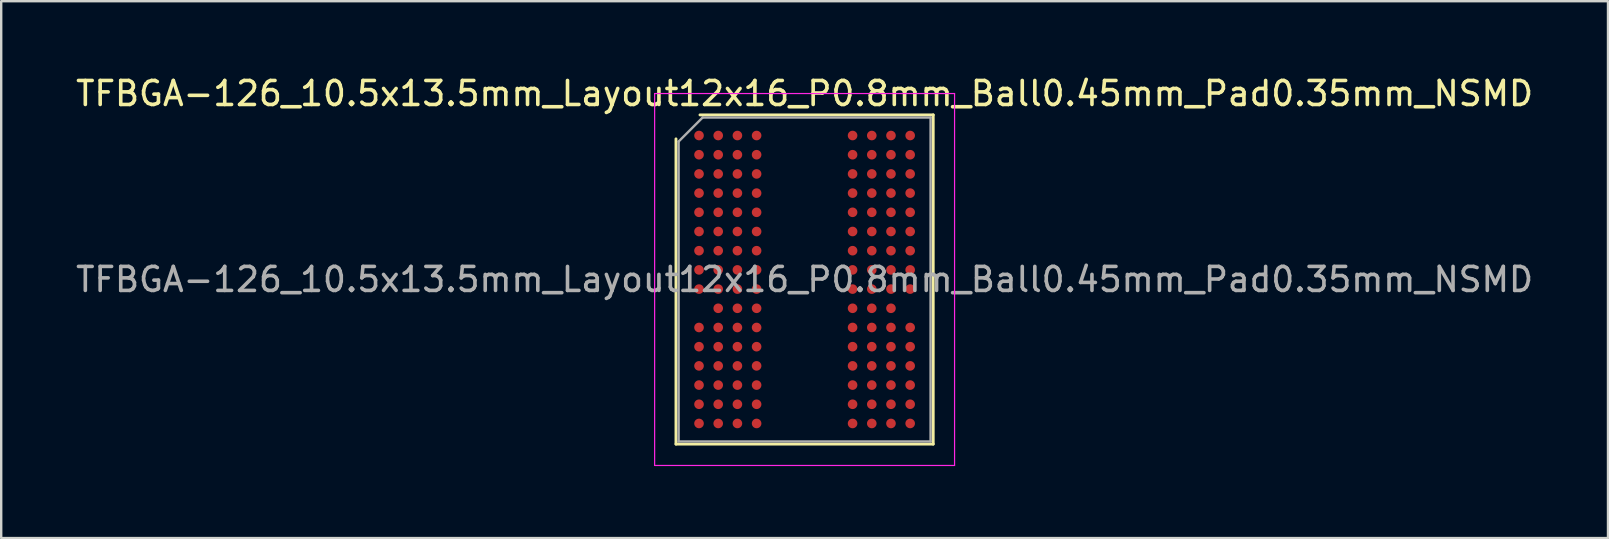
<source format=kicad_pcb>
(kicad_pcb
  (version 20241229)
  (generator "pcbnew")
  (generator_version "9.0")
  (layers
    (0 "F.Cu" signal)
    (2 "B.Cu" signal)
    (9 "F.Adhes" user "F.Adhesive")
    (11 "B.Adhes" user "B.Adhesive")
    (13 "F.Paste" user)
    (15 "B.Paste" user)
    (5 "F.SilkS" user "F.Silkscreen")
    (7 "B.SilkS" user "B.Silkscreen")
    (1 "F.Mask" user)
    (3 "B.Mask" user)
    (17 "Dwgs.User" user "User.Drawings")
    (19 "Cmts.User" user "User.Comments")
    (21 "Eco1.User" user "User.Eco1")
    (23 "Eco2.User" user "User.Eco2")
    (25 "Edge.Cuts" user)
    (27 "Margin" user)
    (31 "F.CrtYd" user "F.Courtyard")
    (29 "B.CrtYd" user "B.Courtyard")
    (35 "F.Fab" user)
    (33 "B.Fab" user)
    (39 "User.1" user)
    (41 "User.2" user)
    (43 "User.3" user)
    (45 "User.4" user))
  (footprint "TFBGA-126_10.5x13.5mm_Layout12x16_P0.8mm_Ball0.45mm_Pad0.35mm_NSMD"
    (layer "F.Cu")
    (at 30.482 8.598)
    (property "Reference" "TFBGA-126_10.5x13.5mm_Layout12x16_P0.8mm_Ball0.45mm_Pad0.35mm_NSMD" (at 0 -7.75 0) (layer "F.SilkS") (effects (font (size 1 1) (thickness 0.15))))
    (attr smd)
    (fp_line (start -5.36 6.86) (end -5.36 -5.86) (stroke (width 0.12) (type solid)) (layer "F.SilkS"))
    (fp_line (start -4.36 -6.86) (end 5.36 -6.86) (stroke (width 0.12) (type solid)) (layer "F.SilkS"))
    (fp_line (start 5.36 -6.86) (end 5.36 6.86) (stroke (width 0.12) (type solid)) (layer "F.SilkS"))
    (fp_line (start 5.36 6.86) (end -5.36 6.86) (stroke (width 0.12) (type solid)) (layer "F.SilkS"))
    (fp_line (start -6.25 -7.75) (end -6.25 7.75) (stroke (width 0.05) (type solid)) (layer "F.CrtYd"))
    (fp_line (start -6.25 7.75) (end 6.25 7.75) (stroke (width 0.05) (type solid)) (layer "F.CrtYd"))
    (fp_line (start 6.25 -7.75) (end -6.25 -7.75) (stroke (width 0.05) (type solid)) (layer "F.CrtYd"))
    (fp_line (start 6.25 7.75) (end 6.25 -7.75) (stroke (width 0.05) (type solid)) (layer "F.CrtYd"))
    (fp_line (start -5.25 -5.75) (end -4.25 -6.75) (stroke (width 0.1) (type solid)) (layer "F.Fab"))
    (fp_line (start -5.25 6.75) (end -5.25 -5.75) (stroke (width 0.1) (type solid)) (layer "F.Fab"))
    (fp_line (start -4.25 -6.75) (end 5.25 -6.75) (stroke (width 0.1) (type solid)) (layer "F.Fab"))
    (fp_line (start 5.25 -6.75) (end 5.25 6.75) (stroke (width 0.1) (type solid)) (layer "F.Fab"))
    (fp_line (start 5.25 6.75) (end -5.25 6.75) (stroke (width 0.1) (type solid)) (layer "F.Fab"))
    (fp_text user "${REFERENCE}" (at 0 0 0) (layer "F.Fab") (effects (font (size 1 1) (thickness 0.15))))
    (pad "A1" smd circle (at -4.4 -6) (size 0.4 0.4) (layers "F.Cu" "F.Mask" "F.Paste"))
    (pad "A2" smd circle (at -3.6 -6) (size 0.4 0.4) (layers "F.Cu" "F.Mask" "F.Paste"))
    (pad "A3" smd circle (at -2.8 -6) (size 0.4 0.4) (layers "F.Cu" "F.Mask" "F.Paste"))
    (pad "A4" smd circle (at -2 -6) (size 0.4 0.4) (layers "F.Cu" "F.Mask" "F.Paste"))
    (pad "A9" smd circle (at 2 -6) (size 0.4 0.4) (layers "F.Cu" "F.Mask" "F.Paste"))
    (pad "A10" smd circle (at 2.8 -6) (size 0.4 0.4) (layers "F.Cu" "F.Mask" "F.Paste"))
    (pad "A11" smd circle (at 3.6 -6) (size 0.4 0.4) (layers "F.Cu" "F.Mask" "F.Paste"))
    (pad "A12" smd circle (at 4.4 -6) (size 0.4 0.4) (layers "F.Cu" "F.Mask" "F.Paste"))
    (pad "B1" smd circle (at -4.4 -5.2) (size 0.4 0.4) (layers "F.Cu" "F.Mask" "F.Paste"))
    (pad "B2" smd circle (at -3.6 -5.2) (size 0.4 0.4) (layers "F.Cu" "F.Mask" "F.Paste"))
    (pad "B3" smd circle (at -2.8 -5.2) (size 0.4 0.4) (layers "F.Cu" "F.Mask" "F.Paste"))
    (pad "B4" smd circle (at -2 -5.2) (size 0.4 0.4) (layers "F.Cu" "F.Mask" "F.Paste"))
    (pad "B9" smd circle (at 2 -5.2) (size 0.4 0.4) (layers "F.Cu" "F.Mask" "F.Paste"))
    (pad "B10" smd circle (at 2.8 -5.2) (size 0.4 0.4) (layers "F.Cu" "F.Mask" "F.Paste"))
    (pad "B11" smd circle (at 3.6 -5.2) (size 0.4 0.4) (layers "F.Cu" "F.Mask" "F.Paste"))
    (pad "B12" smd circle (at 4.4 -5.2) (size 0.4 0.4) (layers "F.Cu" "F.Mask" "F.Paste"))
    (pad "C1" smd circle (at -4.4 -4.4) (size 0.4 0.4) (layers "F.Cu" "F.Mask" "F.Paste"))
    (pad "C2" smd circle (at -3.6 -4.4) (size 0.4 0.4) (layers "F.Cu" "F.Mask" "F.Paste"))
    (pad "C3" smd circle (at -2.8 -4.4) (size 0.4 0.4) (layers "F.Cu" "F.Mask" "F.Paste"))
    (pad "C4" smd circle (at -2 -4.4) (size 0.4 0.4) (layers "F.Cu" "F.Mask" "F.Paste"))
    (pad "C9" smd circle (at 2 -4.4) (size 0.4 0.4) (layers "F.Cu" "F.Mask" "F.Paste"))
    (pad "C10" smd circle (at 2.8 -4.4) (size 0.4 0.4) (layers "F.Cu" "F.Mask" "F.Paste"))
    (pad "C11" smd circle (at 3.6 -4.4) (size 0.4 0.4) (layers "F.Cu" "F.Mask" "F.Paste"))
    (pad "C12" smd circle (at 4.4 -4.4) (size 0.4 0.4) (layers "F.Cu" "F.Mask" "F.Paste"))
    (pad "D1" smd circle (at -4.4 -3.6) (size 0.4 0.4) (layers "F.Cu" "F.Mask" "F.Paste"))
    (pad "D2" smd circle (at -3.6 -3.6) (size 0.4 0.4) (layers "F.Cu" "F.Mask" "F.Paste"))
    (pad "D3" smd circle (at -2.8 -3.6) (size 0.4 0.4) (layers "F.Cu" "F.Mask" "F.Paste"))
    (pad "D4" smd circle (at -2 -3.6) (size 0.4 0.4) (layers "F.Cu" "F.Mask" "F.Paste"))
    (pad "D9" smd circle (at 2 -3.6) (size 0.4 0.4) (layers "F.Cu" "F.Mask" "F.Paste"))
    (pad "D10" smd circle (at 2.8 -3.6) (size 0.4 0.4) (layers "F.Cu" "F.Mask" "F.Paste"))
    (pad "D11" smd circle (at 3.6 -3.6) (size 0.4 0.4) (layers "F.Cu" "F.Mask" "F.Paste"))
    (pad "D12" smd circle (at 4.4 -3.6) (size 0.4 0.4) (layers "F.Cu" "F.Mask" "F.Paste"))
    (pad "E1" smd circle (at -4.4 -2.8) (size 0.4 0.4) (layers "F.Cu" "F.Mask" "F.Paste"))
    (pad "E2" smd circle (at -3.6 -2.8) (size 0.4 0.4) (layers "F.Cu" "F.Mask" "F.Paste"))
    (pad "E3" smd circle (at -2.8 -2.8) (size 0.4 0.4) (layers "F.Cu" "F.Mask" "F.Paste"))
    (pad "E4" smd circle (at -2 -2.8) (size 0.4 0.4) (layers "F.Cu" "F.Mask" "F.Paste"))
    (pad "E9" smd circle (at 2 -2.8) (size 0.4 0.4) (layers "F.Cu" "F.Mask" "F.Paste"))
    (pad "E10" smd circle (at 2.8 -2.8) (size 0.4 0.4) (layers "F.Cu" "F.Mask" "F.Paste"))
    (pad "E11" smd circle (at 3.6 -2.8) (size 0.4 0.4) (layers "F.Cu" "F.Mask" "F.Paste"))
    (pad "E12" smd circle (at 4.4 -2.8) (size 0.4 0.4) (layers "F.Cu" "F.Mask" "F.Paste"))
    (pad "F1" smd circle (at -4.4 -2) (size 0.4 0.4) (layers "F.Cu" "F.Mask" "F.Paste"))
    (pad "F2" smd circle (at -3.6 -2) (size 0.4 0.4) (layers "F.Cu" "F.Mask" "F.Paste"))
    (pad "F3" smd circle (at -2.8 -2) (size 0.4 0.4) (layers "F.Cu" "F.Mask" "F.Paste"))
    (pad "F4" smd circle (at -2 -2) (size 0.4 0.4) (layers "F.Cu" "F.Mask" "F.Paste"))
    (pad "F9" smd circle (at 2 -2) (size 0.4 0.4) (layers "F.Cu" "F.Mask" "F.Paste"))
    (pad "F10" smd circle (at 2.8 -2) (size 0.4 0.4) (layers "F.Cu" "F.Mask" "F.Paste"))
    (pad "F11" smd circle (at 3.6 -2) (size 0.4 0.4) (layers "F.Cu" "F.Mask" "F.Paste"))
    (pad "F12" smd circle (at 4.4 -2) (size 0.4 0.4) (layers "F.Cu" "F.Mask" "F.Paste"))
    (pad "G1" smd circle (at -4.4 -1.2) (size 0.4 0.4) (layers "F.Cu" "F.Mask" "F.Paste"))
    (pad "G2" smd circle (at -3.6 -1.2) (size 0.4 0.4) (layers "F.Cu" "F.Mask" "F.Paste"))
    (pad "G3" smd circle (at -2.8 -1.2) (size 0.4 0.4) (layers "F.Cu" "F.Mask" "F.Paste"))
    (pad "G4" smd circle (at -2 -1.2) (size 0.4 0.4) (layers "F.Cu" "F.Mask" "F.Paste"))
    (pad "G9" smd circle (at 2 -1.2) (size 0.4 0.4) (layers "F.Cu" "F.Mask" "F.Paste"))
    (pad "G10" smd circle (at 2.8 -1.2) (size 0.4 0.4) (layers "F.Cu" "F.Mask" "F.Paste"))
    (pad "G11" smd circle (at 3.6 -1.2) (size 0.4 0.4) (layers "F.Cu" "F.Mask" "F.Paste"))
    (pad "G12" smd circle (at 4.4 -1.2) (size 0.4 0.4) (layers "F.Cu" "F.Mask" "F.Paste"))
    (pad "H1" smd circle (at -4.4 -0.4) (size 0.4 0.4) (layers "F.Cu" "F.Mask" "F.Paste"))
    (pad "H2" smd circle (at -3.6 -0.4) (size 0.4 0.4) (layers "F.Cu" "F.Mask" "F.Paste"))
    (pad "H3" smd circle (at -2.8 -0.4) (size 0.4 0.4) (layers "F.Cu" "F.Mask" "F.Paste"))
    (pad "H4" smd circle (at -2 -0.4) (size 0.4 0.4) (layers "F.Cu" "F.Mask" "F.Paste"))
    (pad "H9" smd circle (at 2 -0.4) (size 0.4 0.4) (layers "F.Cu" "F.Mask" "F.Paste"))
    (pad "H10" smd circle (at 2.8 -0.4) (size 0.4 0.4) (layers "F.Cu" "F.Mask" "F.Paste"))
    (pad "H11" smd circle (at 3.6 -0.4) (size 0.4 0.4) (layers "F.Cu" "F.Mask" "F.Paste"))
    (pad "H12" smd circle (at 4.4 -0.4) (size 0.4 0.4) (layers "F.Cu" "F.Mask" "F.Paste"))
    (pad "J1" smd circle (at -4.4 0.4) (size 0.4 0.4) (layers "F.Cu" "F.Mask" "F.Paste"))
    (pad "J2" smd circle (at -3.6 0.4) (size 0.4 0.4) (layers "F.Cu" "F.Mask" "F.Paste"))
    (pad "J3" smd circle (at -2.8 0.4) (size 0.4 0.4) (layers "F.Cu" "F.Mask" "F.Paste"))
    (pad "J4" smd circle (at -2 0.4) (size 0.4 0.4) (layers "F.Cu" "F.Mask" "F.Paste"))
    (pad "J9" smd circle (at 2 0.4) (size 0.4 0.4) (layers "F.Cu" "F.Mask" "F.Paste"))
    (pad "J10" smd circle (at 2.8 0.4) (size 0.4 0.4) (layers "F.Cu" "F.Mask" "F.Paste"))
    (pad "J11" smd circle (at 3.6 0.4) (size 0.4 0.4) (layers "F.Cu" "F.Mask" "F.Paste"))
    (pad "J12" smd circle (at 4.4 0.4) (size 0.4 0.4) (layers "F.Cu" "F.Mask" "F.Paste"))
    (pad "K2" smd circle (at -3.6 1.2) (size 0.4 0.4) (layers "F.Cu" "F.Mask" "F.Paste"))
    (pad "K3" smd circle (at -2.8 1.2) (size 0.4 0.4) (layers "F.Cu" "F.Mask" "F.Paste"))
    (pad "K4" smd circle (at -2 1.2) (size 0.4 0.4) (layers "F.Cu" "F.Mask" "F.Paste"))
    (pad "K9" smd circle (at 2 1.2) (size 0.4 0.4) (layers "F.Cu" "F.Mask" "F.Paste"))
    (pad "K10" smd circle (at 2.8 1.2) (size 0.4 0.4) (layers "F.Cu" "F.Mask" "F.Paste"))
    (pad "K11" smd circle (at 3.6 1.2) (size 0.4 0.4) (layers "F.Cu" "F.Mask" "F.Paste"))
    (pad "L1" smd circle (at -4.4 2) (size 0.4 0.4) (layers "F.Cu" "F.Mask" "F.Paste"))
    (pad "L2" smd circle (at -3.6 2) (size 0.4 0.4) (layers "F.Cu" "F.Mask" "F.Paste"))
    (pad "L3" smd circle (at -2.8 2) (size 0.4 0.4) (layers "F.Cu" "F.Mask" "F.Paste"))
    (pad "L4" smd circle (at -2 2) (size 0.4 0.4) (layers "F.Cu" "F.Mask" "F.Paste"))
    (pad "L9" smd circle (at 2 2) (size 0.4 0.4) (layers "F.Cu" "F.Mask" "F.Paste"))
    (pad "L10" smd circle (at 2.8 2) (size 0.4 0.4) (layers "F.Cu" "F.Mask" "F.Paste"))
    (pad "L11" smd circle (at 3.6 2) (size 0.4 0.4) (layers "F.Cu" "F.Mask" "F.Paste"))
    (pad "L12" smd circle (at 4.4 2) (size 0.4 0.4) (layers "F.Cu" "F.Mask" "F.Paste"))
    (pad "M1" smd circle (at -4.4 2.8) (size 0.4 0.4) (layers "F.Cu" "F.Mask" "F.Paste"))
    (pad "M2" smd circle (at -3.6 2.8) (size 0.4 0.4) (layers "F.Cu" "F.Mask" "F.Paste"))
    (pad "M3" smd circle (at -2.8 2.8) (size 0.4 0.4) (layers "F.Cu" "F.Mask" "F.Paste"))
    (pad "M4" smd circle (at -2 2.8) (size 0.4 0.4) (layers "F.Cu" "F.Mask" "F.Paste"))
    (pad "M9" smd circle (at 2 2.8) (size 0.4 0.4) (layers "F.Cu" "F.Mask" "F.Paste"))
    (pad "M10" smd circle (at 2.8 2.8) (size 0.4 0.4) (layers "F.Cu" "F.Mask" "F.Paste"))
    (pad "M11" smd circle (at 3.6 2.8) (size 0.4 0.4) (layers "F.Cu" "F.Mask" "F.Paste"))
    (pad "M12" smd circle (at 4.4 2.8) (size 0.4 0.4) (layers "F.Cu" "F.Mask" "F.Paste"))
    (pad "N1" smd circle (at -4.4 3.6) (size 0.4 0.4) (layers "F.Cu" "F.Mask" "F.Paste"))
    (pad "N2" smd circle (at -3.6 3.6) (size 0.4 0.4) (layers "F.Cu" "F.Mask" "F.Paste"))
    (pad "N3" smd circle (at -2.8 3.6) (size 0.4 0.4) (layers "F.Cu" "F.Mask" "F.Paste"))
    (pad "N4" smd circle (at -2 3.6) (size 0.4 0.4) (layers "F.Cu" "F.Mask" "F.Paste"))
    (pad "N9" smd circle (at 2 3.6) (size 0.4 0.4) (layers "F.Cu" "F.Mask" "F.Paste"))
    (pad "N10" smd circle (at 2.8 3.6) (size 0.4 0.4) (layers "F.Cu" "F.Mask" "F.Paste"))
    (pad "N11" smd circle (at 3.6 3.6) (size 0.4 0.4) (layers "F.Cu" "F.Mask" "F.Paste"))
    (pad "N12" smd circle (at 4.4 3.6) (size 0.4 0.4) (layers "F.Cu" "F.Mask" "F.Paste"))
    (pad "P1" smd circle (at -4.4 4.4) (size 0.4 0.4) (layers "F.Cu" "F.Mask" "F.Paste"))
    (pad "P2" smd circle (at -3.6 4.4) (size 0.4 0.4) (layers "F.Cu" "F.Mask" "F.Paste"))
    (pad "P3" smd circle (at -2.8 4.4) (size 0.4 0.4) (layers "F.Cu" "F.Mask" "F.Paste"))
    (pad "P4" smd circle (at -2 4.4) (size 0.4 0.4) (layers "F.Cu" "F.Mask" "F.Paste"))
    (pad "P9" smd circle (at 2 4.4) (size 0.4 0.4) (layers "F.Cu" "F.Mask" "F.Paste"))
    (pad "P10" smd circle (at 2.8 4.4) (size 0.4 0.4) (layers "F.Cu" "F.Mask" "F.Paste"))
    (pad "P11" smd circle (at 3.6 4.4) (size 0.4 0.4) (layers "F.Cu" "F.Mask" "F.Paste"))
    (pad "P12" smd circle (at 4.4 4.4) (size 0.4 0.4) (layers "F.Cu" "F.Mask" "F.Paste"))
    (pad "R1" smd circle (at -4.4 5.2) (size 0.4 0.4) (layers "F.Cu" "F.Mask" "F.Paste"))
    (pad "R2" smd circle (at -3.6 5.2) (size 0.4 0.4) (layers "F.Cu" "F.Mask" "F.Paste"))
    (pad "R3" smd circle (at -2.8 5.2) (size 0.4 0.4) (layers "F.Cu" "F.Mask" "F.Paste"))
    (pad "R4" smd circle (at -2 5.2) (size 0.4 0.4) (layers "F.Cu" "F.Mask" "F.Paste"))
    (pad "R9" smd circle (at 2 5.2) (size 0.4 0.4) (layers "F.Cu" "F.Mask" "F.Paste"))
    (pad "R10" smd circle (at 2.8 5.2) (size 0.4 0.4) (layers "F.Cu" "F.Mask" "F.Paste"))
    (pad "R11" smd circle (at 3.6 5.2) (size 0.4 0.4) (layers "F.Cu" "F.Mask" "F.Paste"))
    (pad "R12" smd circle (at 4.4 5.2) (size 0.4 0.4) (layers "F.Cu" "F.Mask" "F.Paste"))
    (pad "T1" smd circle (at -4.4 6) (size 0.4 0.4) (layers "F.Cu" "F.Mask" "F.Paste"))
    (pad "T2" smd circle (at -3.6 6) (size 0.4 0.4) (layers "F.Cu" "F.Mask" "F.Paste"))
    (pad "T3" smd circle (at -2.8 6) (size 0.4 0.4) (layers "F.Cu" "F.Mask" "F.Paste"))
    (pad "T4" smd circle (at -2 6) (size 0.4 0.4) (layers "F.Cu" "F.Mask" "F.Paste"))
    (pad "T9" smd circle (at 2 6) (size 0.4 0.4) (layers "F.Cu" "F.Mask" "F.Paste"))
    (pad "T10" smd circle (at 2.8 6) (size 0.4 0.4) (layers "F.Cu" "F.Mask" "F.Paste"))
    (pad "T11" smd circle (at 3.6 6) (size 0.4 0.4) (layers "F.Cu" "F.Mask" "F.Paste"))
    (pad "T12" smd circle (at 4.4 6) (size 0.4 0.4) (layers "F.Cu" "F.Mask" "F.Paste")))
  (gr_rect
    (start -3 -3)
    (end 63.964 19.373)
    (stroke (width 0.1) (type default))
    (fill no)
    (layer "Edge.Cuts")))
</source>
